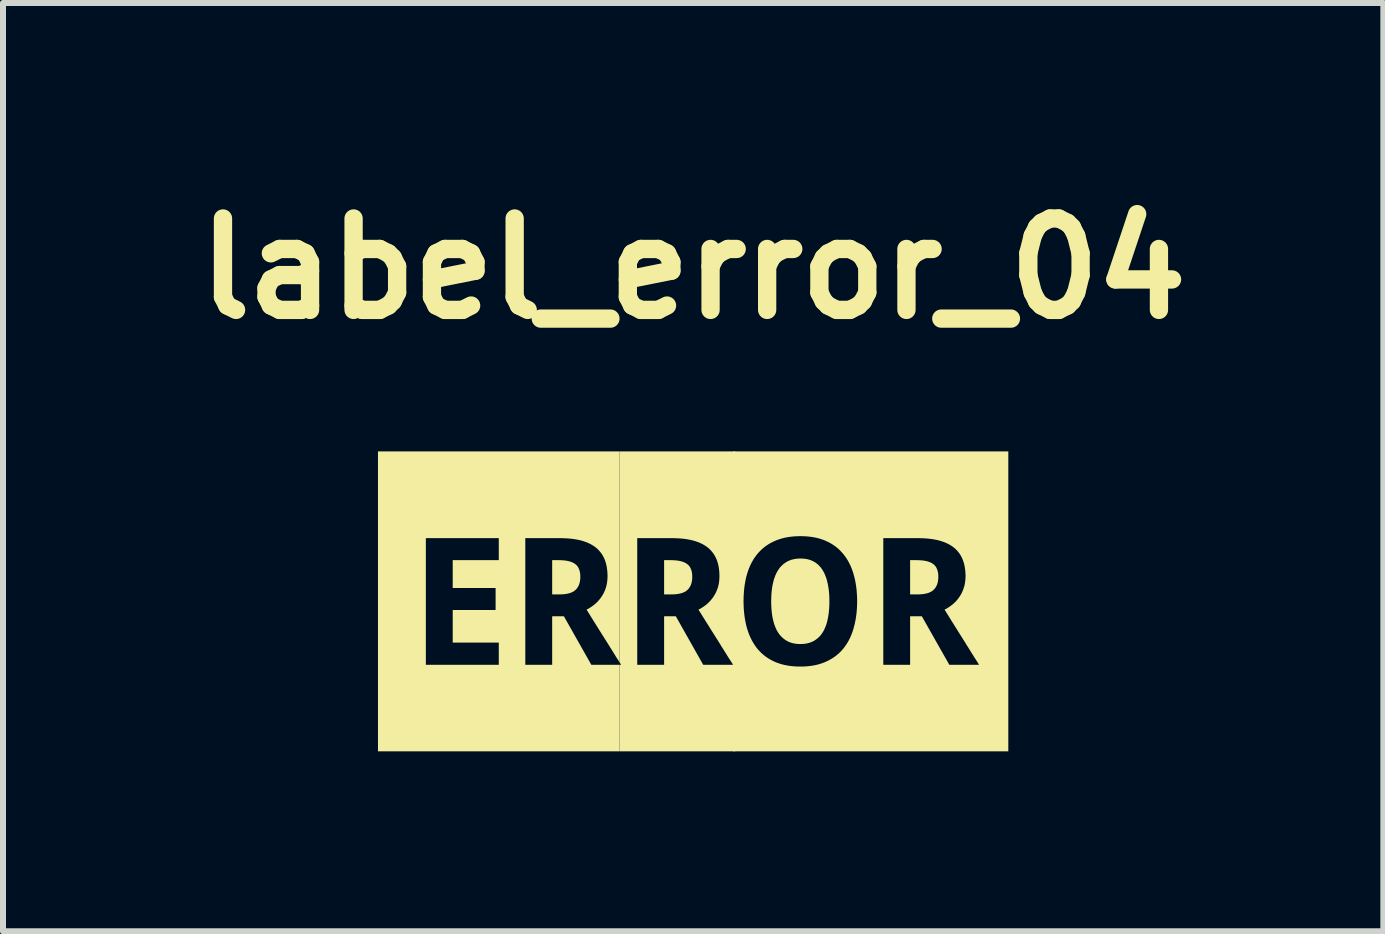
<source format=kicad_pcb>
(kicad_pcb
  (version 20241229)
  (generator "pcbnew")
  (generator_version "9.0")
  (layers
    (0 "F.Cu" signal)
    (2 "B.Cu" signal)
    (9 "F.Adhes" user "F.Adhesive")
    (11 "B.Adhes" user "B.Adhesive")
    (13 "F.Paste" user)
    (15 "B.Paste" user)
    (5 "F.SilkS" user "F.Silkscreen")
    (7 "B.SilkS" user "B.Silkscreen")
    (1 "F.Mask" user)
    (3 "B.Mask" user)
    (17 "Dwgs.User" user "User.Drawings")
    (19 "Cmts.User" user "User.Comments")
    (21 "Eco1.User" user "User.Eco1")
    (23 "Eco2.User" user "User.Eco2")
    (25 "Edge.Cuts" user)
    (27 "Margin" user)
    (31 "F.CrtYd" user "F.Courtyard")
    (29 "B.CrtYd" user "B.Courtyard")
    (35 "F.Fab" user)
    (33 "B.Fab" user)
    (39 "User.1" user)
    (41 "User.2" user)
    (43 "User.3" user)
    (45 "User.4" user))
  (footprint "label_error_04"
    (layer "F.Cu")
    (at 8.505 6.975)
    (property "Reference" "label_error_04" (at 0 -5.548 0) (layer "F.SilkS") (effects (font (size 1.524 1.524) (thickness 0.305))))
    (attr smd)
    (fp_poly (pts (xy -2.35 -0.687) (xy -2.35 -0.116) (xy -2.229 -0.116) (xy -2.211 -0.116) (xy -2.194 -0.117) (xy -2.178 -0.118) (xy -2.162 -0.119) (xy -2.146 -0.12) (xy -2.131 -0.122) (xy -2.116 -0.124) (xy -2.102 -0.127) (xy -2.088 -0.13) (xy -2.075 -0.133) (xy -2.063 -0.136) (xy -2.05 -0.14) (xy -2.038 -0.144) (xy -2.027 -0.149) (xy -2.016 -0.154) (xy -2.006 -0.159) (xy -1.996 -0.164) (xy -1.987 -0.17) (xy -1.978 -0.177) (xy -1.969 -0.183) (xy -1.962 -0.19) (xy -1.953 -0.198) (xy -1.945 -0.207) (xy -1.937 -0.217) (xy -1.93 -0.227) (xy -1.923 -0.237) (xy -1.917 -0.248) (xy -1.911 -0.259) (xy -1.906 -0.27) (xy -1.901 -0.282) (xy -1.897 -0.295) (xy -1.893 -0.307) (xy -1.89 -0.321) (xy -1.887 -0.334) (xy -1.885 -0.349) (xy -1.883 -0.363) (xy -1.882 -0.378) (xy -1.881 -0.393) (xy -1.881 -0.409) (xy -1.881 -0.426) (xy -1.882 -0.442) (xy -1.883 -0.457) (xy -1.885 -0.472) (xy -1.888 -0.486) (xy -1.891 -0.5) (xy -1.894 -0.513) (xy -1.898 -0.526) (xy -1.903 -0.538) (xy -1.908 -0.549) (xy -1.913 -0.561) (xy -1.919 -0.571) (xy -1.926 -0.581) (xy -1.933 -0.591) (xy -1.941 -0.6) (xy -1.949 -0.608) (xy -1.958 -0.616) (xy -1.968 -0.623) (xy -1.976 -0.629) (xy -1.985 -0.635) (xy -1.994 -0.64) (xy -2.004 -0.645) (xy -2.014 -0.65) (xy -2.025 -0.654) (xy -2.036 -0.658) (xy -2.047 -0.662) (xy -2.059 -0.666) (xy -2.072 -0.669) (xy -2.084 -0.672) (xy -2.098 -0.675) (xy -2.111 -0.677) (xy -2.125 -0.68) (xy -2.14 -0.681) (xy -2.155 -0.683) (xy -2.17 -0.684) (xy -2.186 -0.685) (xy -2.202 -0.686) (xy -2.219 -0.686) (xy -2.236 -0.687) (xy -2.35 -0.687)) (stroke (width 0) (type solid)) (fill yes) (layer "F.SilkS"))
    (fp_poly (pts (xy -0.484 -0.687) (xy -0.484 -0.116) (xy -0.363 -0.116) (xy -0.345 -0.116) (xy -0.328 -0.117) (xy -0.312 -0.118) (xy -0.296 -0.119) (xy -0.28 -0.12) (xy -0.265 -0.122) (xy -0.25 -0.124) (xy -0.236 -0.127) (xy -0.223 -0.13) (xy -0.209 -0.133) (xy -0.197 -0.136) (xy -0.184 -0.14) (xy -0.173 -0.144) (xy -0.161 -0.149) (xy -0.15 -0.154) (xy -0.14 -0.159) (xy -0.13 -0.164) (xy -0.121 -0.17) (xy -0.112 -0.177) (xy -0.104 -0.183) (xy -0.096 -0.19) (xy -0.087 -0.198) (xy -0.079 -0.207) (xy -0.071 -0.217) (xy -0.064 -0.227) (xy -0.057 -0.237) (xy -0.051 -0.248) (xy -0.045 -0.259) (xy -0.04 -0.27) (xy -0.035 -0.282) (xy -0.031 -0.295) (xy -0.027 -0.307) (xy -0.024 -0.321) (xy -0.021 -0.334) (xy -0.019 -0.349) (xy -0.017 -0.363) (xy -0.016 -0.378) (xy -0.015 -0.393) (xy -0.015 -0.409) (xy -0.015 -0.426) (xy -0.016 -0.442) (xy -0.017 -0.457) (xy -0.019 -0.472) (xy -0.021 -0.486) (xy -0.024 -0.5) (xy -0.028 -0.513) (xy -0.032 -0.526) (xy -0.036 -0.538) (xy -0.042 -0.549) (xy -0.047 -0.561) (xy -0.053 -0.571) (xy -0.06 -0.581) (xy -0.067 -0.591) (xy -0.075 -0.6) (xy -0.083 -0.608) (xy -0.092 -0.616) (xy -0.102 -0.623) (xy -0.11 -0.629) (xy -0.119 -0.635) (xy -0.128 -0.64) (xy -0.138 -0.645) (xy -0.148 -0.65) (xy -0.159 -0.654) (xy -0.17 -0.658) (xy -0.181 -0.662) (xy -0.193 -0.666) (xy -0.206 -0.669) (xy -0.219 -0.672) (xy -0.232 -0.675) (xy -0.245 -0.677) (xy -0.259 -0.68) (xy -0.274 -0.681) (xy -0.289 -0.683) (xy -0.304 -0.684) (xy -0.32 -0.685) (xy -0.336 -0.686) (xy -0.353 -0.686) (xy -0.37 -0.687) (xy -0.484 -0.687)) (stroke (width 0) (type solid)) (fill yes) (layer "F.SilkS"))
    (fp_poly (pts (xy 3.617 -0.687) (xy 3.617 -0.116) (xy 3.739 -0.116) (xy 3.756 -0.116) (xy 3.773 -0.117) (xy 3.79 -0.118) (xy 3.806 -0.119) (xy 3.821 -0.12) (xy 3.837 -0.122) (xy 3.851 -0.124) (xy 3.865 -0.127) (xy 3.879 -0.13) (xy 3.892 -0.133) (xy 3.905 -0.136) (xy 3.917 -0.14) (xy 3.929 -0.144) (xy 3.94 -0.149) (xy 3.951 -0.154) (xy 3.961 -0.159) (xy 3.971 -0.164) (xy 3.981 -0.17) (xy 3.99 -0.177) (xy 3.998 -0.183) (xy 4.006 -0.19) (xy 4.015 -0.198) (xy 4.023 -0.207) (xy 4.031 -0.217) (xy 4.038 -0.227) (xy 4.045 -0.237) (xy 4.051 -0.248) (xy 4.057 -0.259) (xy 4.062 -0.27) (xy 4.067 -0.282) (xy 4.071 -0.295) (xy 4.075 -0.307) (xy 4.078 -0.321) (xy 4.081 -0.334) (xy 4.083 -0.349) (xy 4.085 -0.363) (xy 4.086 -0.378) (xy 4.087 -0.393) (xy 4.087 -0.409) (xy 4.087 -0.426) (xy 4.086 -0.442) (xy 4.085 -0.457) (xy 4.083 -0.472) (xy 4.08 -0.486) (xy 4.077 -0.5) (xy 4.074 -0.513) (xy 4.07 -0.526) (xy 4.065 -0.538) (xy 4.06 -0.549) (xy 4.055 -0.561) (xy 4.049 -0.571) (xy 4.042 -0.581) (xy 4.035 -0.591) (xy 4.027 -0.6) (xy 4.019 -0.608) (xy 4.01 -0.616) (xy 4 -0.623) (xy 3.992 -0.629) (xy 3.983 -0.635) (xy 3.974 -0.64) (xy 3.964 -0.645) (xy 3.954 -0.65) (xy 3.943 -0.654) (xy 3.932 -0.658) (xy 3.92 -0.662) (xy 3.909 -0.666) (xy 3.896 -0.669) (xy 3.883 -0.672) (xy 3.87 -0.675) (xy 3.856 -0.677) (xy 3.842 -0.68) (xy 3.828 -0.681) (xy 3.813 -0.683) (xy 3.797 -0.684) (xy 3.782 -0.685) (xy 3.765 -0.686) (xy 3.749 -0.686) (xy 3.731 -0.687) (xy 3.617 -0.687)) (stroke (width 0) (type solid)) (fill yes) (layer "F.SilkS"))
    (fp_poly (pts (xy -0.932 -1.054) (xy -1.23 -2.5) (xy -1.23 1.01) (xy -1.225 1.017) (xy -1.201 1.058) (xy -1.23 1.058) (xy -1.23 2.5) (xy 0.7 2.5) (xy 0.7 -2.5) (xy -1.23 -2.5) (xy -0.932 -1.054) (xy -0.354 -1.054) (xy -0.337 -1.054) (xy -0.319 -1.053) (xy -0.302 -1.053) (xy -0.285 -1.052) (xy -0.268 -1.052) (xy -0.252 -1.051) (xy -0.236 -1.05) (xy -0.219 -1.049) (xy -0.203 -1.048) (xy -0.188 -1.046) (xy -0.172 -1.045) (xy -0.157 -1.043) (xy -0.142 -1.041) (xy -0.127 -1.039) (xy -0.112 -1.037) (xy -0.098 -1.035) (xy -0.083 -1.032) (xy -0.069 -1.029) (xy -0.055 -1.027) (xy -0.041 -1.024) (xy -0.028 -1.021) (xy -0.015 -1.018) (xy -0.001 -1.014) (xy 0.011 -1.011) (xy 0.024 -1.007) (xy 0.037 -1.003) (xy 0.049 -0.999) (xy 0.061 -0.995) (xy 0.073 -0.991) (xy 0.085 -0.987) (xy 0.096 -0.982) (xy 0.108 -0.977) (xy 0.119 -0.972) (xy 0.13 -0.967) (xy 0.14 -0.962) (xy 0.151 -0.957) (xy 0.161 -0.952) (xy 0.171 -0.946) (xy 0.181 -0.94) (xy 0.191 -0.934) (xy 0.2 -0.928) (xy 0.21 -0.922) (xy 0.219 -0.916) (xy 0.228 -0.909) (xy 0.237 -0.903) (xy 0.245 -0.896) (xy 0.255 -0.888) (xy 0.264 -0.88) (xy 0.274 -0.871) (xy 0.283 -0.862) (xy 0.291 -0.853) (xy 0.3 -0.844) (xy 0.308 -0.835) (xy 0.316 -0.825) (xy 0.324 -0.815) (xy 0.332 -0.805) (xy 0.339 -0.795) (xy 0.346 -0.785) (xy 0.353 -0.774) (xy 0.359 -0.763) (xy 0.365 -0.752) (xy 0.371 -0.741) (xy 0.377 -0.729) (xy 0.382 -0.717) (xy 0.388 -0.705) (xy 0.393 -0.693) (xy 0.397 -0.681) (xy 0.402 -0.668) (xy 0.406 -0.655) (xy 0.41 -0.642) (xy 0.414 -0.629) (xy 0.417 -0.616) (xy 0.42 -0.602) (xy 0.423 -0.588) (xy 0.426 -0.574) (xy 0.428 -0.559) (xy 0.43 -0.545) (xy 0.432 -0.53) (xy 0.434 -0.515) (xy 0.435 -0.5) (xy 0.436 -0.485) (xy 0.437 -0.469) (xy 0.438 -0.453) (xy 0.438 -0.437) (xy 0.438 -0.421) (xy 0.438 -0.407) (xy 0.438 -0.392) (xy 0.437 -0.378) (xy 0.436 -0.365) (xy 0.435 -0.351) (xy 0.434 -0.337) (xy 0.432 -0.324) (xy 0.43 -0.311) (xy 0.428 -0.298) (xy 0.426 -0.286) (xy 0.423 -0.273) (xy 0.42 -0.261) (xy 0.417 -0.248) (xy 0.414 -0.236) (xy 0.41 -0.225) (xy 0.405 -0.211) (xy 0.4 -0.198) (xy 0.395 -0.185) (xy 0.39 -0.172) (xy 0.385 -0.16) (xy 0.379 -0.147) (xy 0.373 -0.135) (xy 0.366 -0.123) (xy 0.36 -0.111) (xy 0.353 -0.1) (xy 0.346 -0.089) (xy 0.339 -0.078) (xy 0.332 -0.067) (xy 0.324 -0.056) (xy 0.315 -0.045) (xy 0.307 -0.034) (xy 0.298 -0.024) (xy 0.289 -0.013) (xy 0.28 -0.003) (xy 0.271 0.007) (xy 0.261 0.016) (xy 0.251 0.026) (xy 0.241 0.035) (xy 0.231 0.044) (xy 0.221 0.053) (xy 0.21 0.061) (xy 0.2 0.069) (xy 0.189 0.077) (xy 0.178 0.085) (xy 0.168 0.092) (xy 0.157 0.099) (xy 0.146 0.106) (xy 0.135 0.113) (xy 0.123 0.12) (xy 0.112 0.126) (xy 0.101 0.132) (xy 0.089 0.138) (xy 0.097 0.151) (xy 0.105 0.164) (xy 0.113 0.177) (xy 0.122 0.19) (xy 0.13 0.203) (xy 0.138 0.216) (xy 0.146 0.229) (xy 0.153 0.241) (xy 0.161 0.254) (xy 0.169 0.266) (xy 0.177 0.279) (xy 0.185 0.291) (xy 0.192 0.303) (xy 0.2 0.316) (xy 0.208 0.328) (xy 0.215 0.34) (xy 0.223 0.352) (xy 0.23 0.364) (xy 0.237 0.375) (xy 0.245 0.387) (xy 0.252 0.399) (xy 0.26 0.411) (xy 0.267 0.422) (xy 0.274 0.434) (xy 0.281 0.445) (xy 0.288 0.456) (xy 0.295 0.468) (xy 0.302 0.479) (xy 0.309 0.49) (xy 0.316 0.501) (xy 0.323 0.512) (xy 0.33 0.523) (xy 0.337 0.534) (xy 0.344 0.544) (xy 0.35 0.555) (xy 0.357 0.566) (xy 0.364 0.576) (xy 0.37 0.587) (xy 0.377 0.597) (xy 0.384 0.609) (xy 0.391 0.62) (xy 0.399 0.632) (xy 0.406 0.643) (xy 0.413 0.654) (xy 0.42 0.666) (xy 0.427 0.677) (xy 0.434 0.688) (xy 0.441 0.699) (xy 0.448 0.711) (xy 0.455 0.722) (xy 0.462 0.733) (xy 0.468 0.744) (xy 0.475 0.755) (xy 0.482 0.766) (xy 0.49 0.778) (xy 0.498 0.791) (xy 0.505 0.803) (xy 0.513 0.815) (xy 0.52 0.827) (xy 0.528 0.838) (xy 0.535 0.85) (xy 0.542 0.861) (xy 0.549 0.872) (xy 0.555 0.883) (xy 0.562 0.893) (xy 0.568 0.904) (xy 0.575 0.914) (xy 0.583 0.928) (xy 0.592 0.941) (xy 0.6 0.954) (xy 0.608 0.966) (xy 0.615 0.978) (xy 0.622 0.988) (xy 0.629 0.999) (xy 0.635 1.008) (xy 0.641 1.017) (xy 0.666 1.058) (xy 0.168 1.058) (xy -0.289 0.248) (xy -0.484 0.248) (xy -0.484 1.058) (xy -0.932 1.058) (xy -0.932 -1.054)) (stroke (width 0) (type solid)) (fill yes) (layer "F.SilkS"))
    (fp_poly (pts (xy -4.456 -1.054) (xy -5.254 -2.5) (xy -5.254 2.5) (xy -1.23 2.5) (xy -1.23 1.058) (xy -1.697 1.058) (xy -2.155 0.248) (xy -2.35 0.248) (xy -2.35 1.058) (xy -2.798 1.058) (xy -2.798 -1.054) (xy -2.22 -1.054) (xy -2.202 -1.054) (xy -2.185 -1.053) (xy -2.168 -1.053) (xy -2.151 -1.052) (xy -2.134 -1.052) (xy -2.118 -1.051) (xy -2.101 -1.05) (xy -2.085 -1.049) (xy -2.069 -1.048) (xy -2.054 -1.046) (xy -2.038 -1.045) (xy -2.023 -1.043) (xy -2.008 -1.041) (xy -1.993 -1.039) (xy -1.978 -1.037) (xy -1.963 -1.035) (xy -1.949 -1.032) (xy -1.935 -1.029) (xy -1.921 -1.027) (xy -1.907 -1.024) (xy -1.894 -1.021) (xy -1.88 -1.018) (xy -1.867 -1.014) (xy -1.854 -1.011) (xy -1.842 -1.007) (xy -1.829 -1.003) (xy -1.817 -0.999) (xy -1.805 -0.995) (xy -1.793 -0.991) (xy -1.781 -0.987) (xy -1.77 -0.982) (xy -1.758 -0.977) (xy -1.747 -0.972) (xy -1.736 -0.967) (xy -1.726 -0.962) (xy -1.715 -0.957) (xy -1.705 -0.952) (xy -1.695 -0.946) (xy -1.685 -0.94) (xy -1.675 -0.934) (xy -1.665 -0.928) (xy -1.656 -0.922) (xy -1.647 -0.916) (xy -1.638 -0.909) (xy -1.629 -0.903) (xy -1.621 -0.896) (xy -1.611 -0.888) (xy -1.602 -0.88) (xy -1.592 -0.871) (xy -1.583 -0.862) (xy -1.574 -0.853) (xy -1.566 -0.844) (xy -1.558 -0.835) (xy -1.55 -0.825) (xy -1.542 -0.815) (xy -1.534 -0.805) (xy -1.527 -0.795) (xy -1.52 -0.785) (xy -1.513 -0.774) (xy -1.507 -0.763) (xy -1.501 -0.752) (xy -1.495 -0.741) (xy -1.489 -0.729) (xy -1.483 -0.717) (xy -1.478 -0.705) (xy -1.473 -0.693) (xy -1.469 -0.681) (xy -1.464 -0.668) (xy -1.46 -0.655) (xy -1.456 -0.642) (xy -1.452 -0.629) (xy -1.449 -0.616) (xy -1.446 -0.602) (xy -1.443 -0.588) (xy -1.44 -0.574) (xy -1.438 -0.559) (xy -1.436 -0.545) (xy -1.434 -0.53) (xy -1.432 -0.515) (xy -1.431 -0.5) (xy -1.429 -0.485) (xy -1.429 -0.469) (xy -1.428 -0.453) (xy -1.427 -0.437) (xy -1.427 -0.421) (xy -1.427 -0.407) (xy -1.428 -0.392) (xy -1.429 -0.378) (xy -1.429 -0.365) (xy -1.431 -0.351) (xy -1.432 -0.337) (xy -1.434 -0.324) (xy -1.435 -0.311) (xy -1.438 -0.298) (xy -1.44 -0.286) (xy -1.443 -0.273) (xy -1.446 -0.261) (xy -1.449 -0.248) (xy -1.452 -0.236) (xy -1.456 -0.225) (xy -1.461 -0.211) (xy -1.465 -0.198) (xy -1.47 -0.185) (xy -1.476 -0.172) (xy -1.481 -0.16) (xy -1.487 -0.147) (xy -1.493 -0.135) (xy -1.499 -0.123) (xy -1.506 -0.111) (xy -1.513 -0.1) (xy -1.52 -0.089) (xy -1.527 -0.078) (xy -1.534 -0.067) (xy -1.542 -0.056) (xy -1.551 -0.045) (xy -1.559 -0.034) (xy -1.568 -0.024) (xy -1.577 -0.013) (xy -1.586 -0.003) (xy -1.595 0.007) (xy -1.605 0.016) (xy -1.615 0.026) (xy -1.625 0.035) (xy -1.635 0.044) (xy -1.646 0.053) (xy -1.656 0.061) (xy -1.667 0.069) (xy -1.677 0.077) (xy -1.688 0.085) (xy -1.699 0.092) (xy -1.709 0.099) (xy -1.72 0.106) (xy -1.731 0.113) (xy -1.743 0.12) (xy -1.754 0.126) (xy -1.765 0.132) (xy -1.777 0.138) (xy -1.769 0.151) (xy -1.76 0.164) (xy -1.752 0.177) (xy -1.744 0.19) (xy -1.736 0.203) (xy -1.728 0.216) (xy -1.72 0.229) (xy -1.712 0.241) (xy -1.705 0.254) (xy -1.697 0.266) (xy -1.689 0.279) (xy -1.681 0.291) (xy -1.674 0.303) (xy -1.666 0.316) (xy -1.659 0.328) (xy -1.651 0.34) (xy -1.643 0.352) (xy -1.636 0.364) (xy -1.629 0.375) (xy -1.621 0.387) (xy -1.614 0.399) (xy -1.607 0.411) (xy -1.599 0.422) (xy -1.592 0.434) (xy -1.585 0.445) (xy -1.578 0.456) (xy -1.571 0.468) (xy -1.564 0.479) (xy -1.557 0.49) (xy -1.55 0.501) (xy -1.543 0.512) (xy -1.536 0.523) (xy -1.53 0.534) (xy -1.523 0.544) (xy -1.516 0.555) (xy -1.509 0.566) (xy -1.503 0.576) (xy -1.496 0.587) (xy -1.49 0.597) (xy -1.482 0.609) (xy -1.475 0.62) (xy -1.468 0.632) (xy -1.461 0.643) (xy -1.453 0.654) (xy -1.446 0.666) (xy -1.439 0.677) (xy -1.432 0.688) (xy -1.425 0.699) (xy -1.418 0.711) (xy -1.411 0.722) (xy -1.404 0.733) (xy -1.397 0.744) (xy -1.391 0.755) (xy -1.384 0.766) (xy -1.376 0.778) (xy -1.368 0.791) (xy -1.36 0.803) (xy -1.353 0.815) (xy -1.346 0.827) (xy -1.338 0.838) (xy -1.331 0.85) (xy -1.324 0.861) (xy -1.318 0.872) (xy -1.311 0.883) (xy -1.304 0.893) (xy -1.298 0.904) (xy -1.292 0.914) (xy -1.284 0.927) (xy -1.276 0.939) (xy -1.268 0.951) (xy -1.261 0.962) (xy -1.254 0.972) (xy -1.248 0.982) (xy -1.242 0.992) (xy -1.236 1.001) (xy -1.23 1.01) (xy -1.23 -2.5) (xy -5.254 -2.5) (xy -4.456 -1.054) (xy -3.24 -1.054) (xy -3.24 -0.687) (xy -4.008 -0.687) (xy -4.008 -0.223) (xy -3.293 -0.223) (xy -3.293 0.144) (xy -4.008 0.144) (xy -4.008 0.688) (xy -3.24 0.688) (xy -3.24 1.058) (xy -4.456 1.058) (xy -4.456 -1.054)) (stroke (width 0) (type solid)) (fill yes) (layer "F.SilkS"))
    (fp_poly (pts (xy 1.789 -0.714) (xy 1.774 -0.714) (xy 1.76 -0.713) (xy 1.746 -0.713) (xy 1.732 -0.711) (xy 1.718 -0.71) (xy 1.705 -0.708) (xy 1.691 -0.706) (xy 1.678 -0.703) (xy 1.665 -0.7) (xy 1.653 -0.697) (xy 1.641 -0.694) (xy 1.628 -0.69) (xy 1.617 -0.685) (xy 1.605 -0.681) (xy 1.593 -0.676) (xy 1.582 -0.671) (xy 1.571 -0.665) (xy 1.56 -0.659) (xy 1.549 -0.652) (xy 1.538 -0.645) (xy 1.527 -0.638) (xy 1.517 -0.63) (xy 1.506 -0.622) (xy 1.496 -0.614) (xy 1.487 -0.605) (xy 1.477 -0.596) (xy 1.468 -0.587) (xy 1.459 -0.577) (xy 1.45 -0.567) (xy 1.442 -0.557) (xy 1.434 -0.546) (xy 1.426 -0.535) (xy 1.418 -0.523) (xy 1.412 -0.513) (xy 1.405 -0.502) (xy 1.399 -0.491) (xy 1.393 -0.48) (xy 1.387 -0.469) (xy 1.382 -0.457) (xy 1.377 -0.446) (xy 1.371 -0.433) (xy 1.366 -0.421) (xy 1.362 -0.408) (xy 1.357 -0.396) (xy 1.352 -0.382) (xy 1.348 -0.369) (xy 1.344 -0.355) (xy 1.34 -0.342) (xy 1.337 -0.327) (xy 1.333 -0.313) (xy 1.33 -0.298) (xy 1.327 -0.286) (xy 1.325 -0.274) (xy 1.322 -0.262) (xy 1.32 -0.25) (xy 1.318 -0.237) (xy 1.316 -0.224) (xy 1.314 -0.211) (xy 1.313 -0.198) (xy 1.311 -0.185) (xy 1.31 -0.172) (xy 1.308 -0.158) (xy 1.307 -0.145) (xy 1.306 -0.131) (xy 1.305 -0.117) (xy 1.304 -0.103) (xy 1.303 -0.089) (xy 1.303 -0.075) (xy 1.302 -0.06) (xy 1.302 -0.045) (xy 1.301 -0.031) (xy 1.301 -0.016) (xy 1.301 -0.001) (xy 1.301 0.014) (xy 1.301 0.029) (xy 1.302 0.044) (xy 1.302 0.058) (xy 1.303 0.073) (xy 1.303 0.087) (xy 1.304 0.101) (xy 1.305 0.116) (xy 1.306 0.129) (xy 1.307 0.143) (xy 1.308 0.157) (xy 1.31 0.17) (xy 1.311 0.184) (xy 1.313 0.197) (xy 1.314 0.21) (xy 1.316 0.223) (xy 1.318 0.236) (xy 1.32 0.249) (xy 1.322 0.261) (xy 1.325 0.274) (xy 1.327 0.286) (xy 1.33 0.298) (xy 1.333 0.312) (xy 1.337 0.327) (xy 1.34 0.341) (xy 1.344 0.354) (xy 1.348 0.368) (xy 1.352 0.381) (xy 1.357 0.394) (xy 1.362 0.407) (xy 1.366 0.42) (xy 1.371 0.432) (xy 1.377 0.444) (xy 1.382 0.456) (xy 1.387 0.468) (xy 1.393 0.479) (xy 1.399 0.49) (xy 1.405 0.501) (xy 1.412 0.512) (xy 1.418 0.522) (xy 1.426 0.534) (xy 1.435 0.546) (xy 1.443 0.557) (xy 1.452 0.568) (xy 1.462 0.578) (xy 1.471 0.588) (xy 1.481 0.598) (xy 1.491 0.607) (xy 1.502 0.616) (xy 1.512 0.625) (xy 1.523 0.633) (xy 1.534 0.641) (xy 1.546 0.648) (xy 1.558 0.656) (xy 1.57 0.662) (xy 1.58 0.668) (xy 1.591 0.673) (xy 1.603 0.678) (xy 1.614 0.683) (xy 1.626 0.687) (xy 1.638 0.691) (xy 1.65 0.694) (xy 1.663 0.698) (xy 1.676 0.7) (xy 1.689 0.703) (xy 1.702 0.705) (xy 1.715 0.707) (xy 1.729 0.709) (xy 1.743 0.71) (xy 1.757 0.711) (xy 1.772 0.711) (xy 1.786 0.711) (xy 1.801 0.711) (xy 1.816 0.711) (xy 1.83 0.71) (xy 1.845 0.709) (xy 1.859 0.707) (xy 1.872 0.705) (xy 1.886 0.703) (xy 1.899 0.7) (xy 1.912 0.698) (xy 1.924 0.694) (xy 1.937 0.691) (xy 1.949 0.687) (xy 1.961 0.683) (xy 1.972 0.678) (xy 1.984 0.673) (xy 1.995 0.668) (xy 2.006 0.662) (xy 2.018 0.656) (xy 2.03 0.648) (xy 2.041 0.641) (xy 2.052 0.633) (xy 2.063 0.625) (xy 2.074 0.616) (xy 2.084 0.607) (xy 2.094 0.598) (xy 2.104 0.588) (xy 2.114 0.578) (xy 2.123 0.568) (xy 2.132 0.557) (xy 2.14 0.546) (xy 2.148 0.534) (xy 2.156 0.522) (xy 2.163 0.512) (xy 2.169 0.501) (xy 2.175 0.49) (xy 2.181 0.479) (xy 2.187 0.468) (xy 2.192 0.456) (xy 2.197 0.444) (xy 2.202 0.432) (xy 2.207 0.42) (xy 2.212 0.407) (xy 2.217 0.394) (xy 2.221 0.381) (xy 2.225 0.368) (xy 2.229 0.354) (xy 2.233 0.341) (xy 2.236 0.327) (xy 2.239 0.312) (xy 2.243 0.298) (xy 2.245 0.286) (xy 2.248 0.274) (xy 2.25 0.261) (xy 2.252 0.249) (xy 2.254 0.236) (xy 2.256 0.223) (xy 2.258 0.21) (xy 2.26 0.197) (xy 2.261 0.184) (xy 2.263 0.17) (xy 2.264 0.157) (xy 2.265 0.143) (xy 2.267 0.129) (xy 2.268 0.116) (xy 2.268 0.101) (xy 2.269 0.087) (xy 2.27 0.073) (xy 2.27 0.058) (xy 2.271 0.044) (xy 2.271 0.029) (xy 2.271 0.014) (xy 2.271 -0.001) (xy 2.271 -0.016) (xy 2.271 -0.031) (xy 2.271 -0.045) (xy 2.27 -0.06) (xy 2.27 -0.075) (xy 2.269 -0.089) (xy 2.268 -0.103) (xy 2.268 -0.117) (xy 2.267 -0.131) (xy 2.265 -0.145) (xy 2.264 -0.158) (xy 2.263 -0.172) (xy 2.261 -0.185) (xy 2.26 -0.198) (xy 2.258 -0.211) (xy 2.256 -0.224) (xy 2.254 -0.237) (xy 2.252 -0.25) (xy 2.25 -0.262) (xy 2.248 -0.274) (xy 2.245 -0.286) (xy 2.243 -0.298) (xy 2.239 -0.313) (xy 2.236 -0.327) (xy 2.233 -0.342) (xy 2.229 -0.355) (xy 2.225 -0.369) (xy 2.221 -0.382) (xy 2.217 -0.396) (xy 2.212 -0.408) (xy 2.207 -0.421) (xy 2.202 -0.433) (xy 2.197 -0.446) (xy 2.192 -0.457) (xy 2.187 -0.469) (xy 2.181 -0.48) (xy 2.175 -0.491) (xy 2.169 -0.502) (xy 2.163 -0.513) (xy 2.156 -0.523) (xy 2.148 -0.536) (xy 2.14 -0.547) (xy 2.132 -0.559) (xy 2.123 -0.57) (xy 2.114 -0.58) (xy 2.105 -0.59) (xy 2.095 -0.6) (xy 2.085 -0.61) (xy 2.075 -0.619) (xy 2.064 -0.627) (xy 2.053 -0.636) (xy 2.042 -0.644) (xy 2.031 -0.651) (xy 2.019 -0.658) (xy 2.007 -0.665) (xy 1.996 -0.671) (xy 1.985 -0.676) (xy 1.974 -0.681) (xy 1.962 -0.685) (xy 1.951 -0.69) (xy 1.938 -0.694) (xy 1.926 -0.697) (xy 1.914 -0.7) (xy 1.901 -0.703) (xy 1.888 -0.706) (xy 1.874 -0.708) (xy 1.861 -0.71) (xy 1.847 -0.711) (xy 1.833 -0.713) (xy 1.818 -0.713) (xy 1.804 -0.714) (xy 1.789 -0.714)) (stroke (width 0) (type solid)) (fill yes) (layer "F.SilkS"))
    (fp_poly (pts (xy 3.17 -1.054) (xy 1.82 -1.086) (xy 1.835 -1.086) (xy 1.851 -1.085) (xy 1.866 -1.085) (xy 1.88 -1.084) (xy 1.895 -1.083) (xy 1.91 -1.082) (xy 1.924 -1.08) (xy 1.939 -1.079) (xy 1.953 -1.077) (xy 1.967 -1.075) (xy 1.981 -1.073) (xy 1.995 -1.071) (xy 2.009 -1.069) (xy 2.022 -1.066) (xy 2.036 -1.063) (xy 2.049 -1.061) (xy 2.062 -1.058) (xy 2.075 -1.054) (xy 2.088 -1.051) (xy 2.101 -1.048) (xy 2.113 -1.044) (xy 2.126 -1.04) (xy 2.138 -1.036) (xy 2.151 -1.032) (xy 2.163 -1.028) (xy 2.175 -1.023) (xy 2.186 -1.019) (xy 2.198 -1.014) (xy 2.21 -1.009) (xy 2.223 -1.003) (xy 2.236 -0.997) (xy 2.248 -0.991) (xy 2.261 -0.985) (xy 2.273 -0.978) (xy 2.285 -0.972) (xy 2.297 -0.965) (xy 2.309 -0.958) (xy 2.321 -0.95) (xy 2.333 -0.943) (xy 2.344 -0.935) (xy 2.355 -0.928) (xy 2.366 -0.92) (xy 2.377 -0.912) (xy 2.388 -0.903) (xy 2.398 -0.895) (xy 2.409 -0.886) (xy 2.419 -0.877) (xy 2.429 -0.868) (xy 2.439 -0.859) (xy 2.448 -0.849) (xy 2.458 -0.84) (xy 2.467 -0.83) (xy 2.476 -0.82) (xy 2.485 -0.81) (xy 2.494 -0.8) (xy 2.503 -0.789) (xy 2.511 -0.779) (xy 2.519 -0.769) (xy 2.527 -0.758) (xy 2.535 -0.747) (xy 2.543 -0.737) (xy 2.55 -0.726) (xy 2.557 -0.715) (xy 2.565 -0.703) (xy 2.572 -0.692) (xy 2.579 -0.681) (xy 2.585 -0.669) (xy 2.592 -0.657) (xy 2.598 -0.645) (xy 2.604 -0.633) (xy 2.611 -0.621) (xy 2.617 -0.608) (xy 2.622 -0.596) (xy 2.628 -0.583) (xy 2.633 -0.57) (xy 2.639 -0.557) (xy 2.644 -0.544) (xy 2.649 -0.531) (xy 2.654 -0.517) (xy 2.659 -0.503) (xy 2.663 -0.49) (xy 2.668 -0.476) (xy 2.672 -0.462) (xy 2.676 -0.447) (xy 2.679 -0.435) (xy 2.683 -0.423) (xy 2.686 -0.411) (xy 2.689 -0.398) (xy 2.692 -0.386) (xy 2.695 -0.373) (xy 2.698 -0.361) (xy 2.701 -0.348) (xy 2.703 -0.335) (xy 2.706 -0.322) (xy 2.708 -0.309) (xy 2.71 -0.296) (xy 2.712 -0.283) (xy 2.715 -0.27) (xy 2.717 -0.256) (xy 2.718 -0.243) (xy 2.72 -0.229) (xy 2.722 -0.216) (xy 2.723 -0.202) (xy 2.725 -0.188) (xy 2.726 -0.174) (xy 2.727 -0.16) (xy 2.728 -0.146) (xy 2.729 -0.132) (xy 2.73 -0.118) (xy 2.731 -0.103) (xy 2.732 -0.089) (xy 2.732 -0.075) (xy 2.733 -0.06) (xy 2.733 -0.045) (xy 2.734 -0.031) (xy 2.734 -0.016) (xy 2.734 -0.001) (xy 2.734 0.014) (xy 2.734 0.03) (xy 2.733 0.045) (xy 2.733 0.06) (xy 2.732 0.074) (xy 2.732 0.089) (xy 2.731 0.104) (xy 2.73 0.119) (xy 2.729 0.133) (xy 2.728 0.147) (xy 2.727 0.162) (xy 2.726 0.176) (xy 2.724 0.19) (xy 2.723 0.204) (xy 2.721 0.218) (xy 2.719 0.232) (xy 2.717 0.246) (xy 2.715 0.26) (xy 2.713 0.274) (xy 2.711 0.287) (xy 2.709 0.301) (xy 2.706 0.314) (xy 2.704 0.328) (xy 2.701 0.341) (xy 2.698 0.354) (xy 2.696 0.367) (xy 2.693 0.38) (xy 2.689 0.393) (xy 2.686 0.406) (xy 2.683 0.419) (xy 2.679 0.431) (xy 2.676 0.444) (xy 2.672 0.458) (xy 2.668 0.472) (xy 2.663 0.486) (xy 2.659 0.5) (xy 2.654 0.514) (xy 2.649 0.527) (xy 2.644 0.541) (xy 2.639 0.554) (xy 2.633 0.567) (xy 2.628 0.58) (xy 2.622 0.593) (xy 2.617 0.606) (xy 2.611 0.618) (xy 2.604 0.63) (xy 2.598 0.643) (xy 2.592 0.655) (xy 2.585 0.667) (xy 2.579 0.678) (xy 2.572 0.69) (xy 2.565 0.701) (xy 2.557 0.713) (xy 2.55 0.724) (xy 2.543 0.735) (xy 2.535 0.746) (xy 2.527 0.757) (xy 2.519 0.767) (xy 2.511 0.778) (xy 2.503 0.788) (xy 2.494 0.798) (xy 2.485 0.809) (xy 2.476 0.819) (xy 2.467 0.829) (xy 2.457 0.839) (xy 2.448 0.848) (xy 2.438 0.858) (xy 2.428 0.867) (xy 2.418 0.876) (xy 2.407 0.885) (xy 2.397 0.894) (xy 2.386 0.902) (xy 2.376 0.911) (xy 2.365 0.919) (xy 2.353 0.927) (xy 2.342 0.935) (xy 2.331 0.942) (xy 2.319 0.95) (xy 2.307 0.957) (xy 2.295 0.964) (xy 2.283 0.971) (xy 2.27 0.978) (xy 2.258 0.984) (xy 2.245 0.991) (xy 2.232 0.997) (xy 2.219 1.003) (xy 2.206 1.009) (xy 2.195 1.014) (xy 2.183 1.019) (xy 2.171 1.023) (xy 2.159 1.028) (xy 2.147 1.032) (xy 2.135 1.036) (xy 2.123 1.04) (xy 2.11 1.044) (xy 2.098 1.048) (xy 2.085 1.051) (xy 2.072 1.054) (xy 2.059 1.058) (xy 2.046 1.061) (xy 2.033 1.063) (xy 2.019 1.066) (xy 2.006 1.069) (xy 1.992 1.071) (xy 1.978 1.073) (xy 1.964 1.075) (xy 1.95 1.077) (xy 1.936 1.079) (xy 1.922 1.08) (xy 1.907 1.082) (xy 1.892 1.083) (xy 1.878 1.084) (xy 1.863 1.085) (xy 1.848 1.085) (xy 1.833 1.086) (xy 1.817 1.086) (xy 1.802 1.087) (xy 1.786 1.087) (xy 1.771 1.087) (xy 1.755 1.086) (xy 1.74 1.086) (xy 1.725 1.085) (xy 1.71 1.085) (xy 1.695 1.084) (xy 1.68 1.083) (xy 1.665 1.082) (xy 1.651 1.08) (xy 1.636 1.079) (xy 1.622 1.077) (xy 1.608 1.075) (xy 1.594 1.073) (xy 1.58 1.071) (xy 1.566 1.069) (xy 1.553 1.066) (xy 1.539 1.063) (xy 1.526 1.061) (xy 1.513 1.058) (xy 1.5 1.054) (xy 1.487 1.051) (xy 1.474 1.048) (xy 1.461 1.044) (xy 1.449 1.04) (xy 1.436 1.036) (xy 1.424 1.032) (xy 1.412 1.028) (xy 1.4 1.023) (xy 1.388 1.019) (xy 1.376 1.014) (xy 1.365 1.009) (xy 1.351 1.003) (xy 1.339 0.997) (xy 1.326 0.991) (xy 1.313 0.984) (xy 1.301 0.978) (xy 1.289 0.971) (xy 1.276 0.964) (xy 1.265 0.957) (xy 1.253 0.95) (xy 1.241 0.942) (xy 1.23 0.935) (xy 1.218 0.927) (xy 1.207 0.919) (xy 1.196 0.911) (xy 1.186 0.902) (xy 1.175 0.894) (xy 1.165 0.885) (xy 1.154 0.876) (xy 1.144 0.867) (xy 1.134 0.858) (xy 1.125 0.848) (xy 1.115 0.839) (xy 1.106 0.829) (xy 1.096 0.819) (xy 1.087 0.809) (xy 1.078 0.798) (xy 1.07 0.788) (xy 1.061 0.778) (xy 1.053 0.767) (xy 1.046 0.757) (xy 1.038 0.746) (xy 1.03 0.735) (xy 1.023 0.724) (xy 1.016 0.713) (xy 1.008 0.701) (xy 1.001 0.69) (xy 0.995 0.678) (xy 0.988 0.667) (xy 0.981 0.655) (xy 0.975 0.643) (xy 0.969 0.63) (xy 0.963 0.618) (xy 0.957 0.606) (xy 0.951 0.593) (xy 0.945 0.58) (xy 0.94 0.567) (xy 0.934 0.554) (xy 0.929 0.541) (xy 0.924 0.527) (xy 0.919 0.514) (xy 0.914 0.5) (xy 0.91 0.486) (xy 0.905 0.472) (xy 0.901 0.458) (xy 0.897 0.444) (xy 0.893 0.432) (xy 0.89 0.419) (xy 0.887 0.407) (xy 0.884 0.394) (xy 0.881 0.382) (xy 0.878 0.369) (xy 0.875 0.356) (xy 0.873 0.343) (xy 0.87 0.331) (xy 0.868 0.318) (xy 0.865 0.304) (xy 0.863 0.291) (xy 0.861 0.278) (xy 0.859 0.265) (xy 0.857 0.251) (xy 0.855 0.238) (xy 0.854 0.224) (xy 0.852 0.211) (xy 0.85 0.197) (xy 0.849 0.183) (xy 0.848 0.169) (xy 0.847 0.155) (xy 0.845 0.141) (xy 0.844 0.127) (xy 0.844 0.113) (xy 0.843 0.099) (xy 0.842 0.084) (xy 0.842 0.07) (xy 0.841 0.055) (xy 0.841 0.041) (xy 0.841 0.026) (xy 0.84 0.011) (xy 0.84 -0.004) (xy 0.84 -0.019) (xy 0.841 -0.034) (xy 0.841 -0.049) (xy 0.841 -0.064) (xy 0.842 -0.079) (xy 0.842 -0.094) (xy 0.843 -0.109) (xy 0.844 -0.123) (xy 0.845 -0.138) (xy 0.846 -0.153) (xy 0.847 -0.167) (xy 0.848 -0.181) (xy 0.85 -0.195) (xy 0.851 -0.21) (xy 0.853 -0.224) (xy 0.854 -0.238) (xy 0.856 -0.251) (xy 0.858 -0.265) (xy 0.86 -0.279) (xy 0.862 -0.292) (xy 0.865 -0.306) (xy 0.867 -0.319) (xy 0.869 -0.333) (xy 0.872 -0.346) (xy 0.875 -0.359) (xy 0.877 -0.372) (xy 0.88 -0.385) (xy 0.883 -0.398) (xy 0.886 -0.411) (xy 0.89 -0.423) (xy 0.893 -0.436) (xy 0.897 -0.448) (xy 0.901 -0.463) (xy 0.905 -0.477) (xy 0.91 -0.491) (xy 0.914 -0.505) (xy 0.919 -0.518) (xy 0.924 -0.532) (xy 0.929 -0.545) (xy 0.934 -0.558) (xy 0.94 -0.571) (xy 0.945 -0.584) (xy 0.951 -0.597) (xy 0.957 -0.61) (xy 0.963 -0.622) (xy 0.969 -0.634) (xy 0.975 -0.647) (xy 0.982 -0.659) (xy 0.989 -0.67) (xy 0.995 -0.682) (xy 1.002 -0.694) (xy 1.009 -0.705) (xy 1.016 -0.716) (xy 1.024 -0.727) (xy 1.031 -0.738) (xy 1.039 -0.749) (xy 1.047 -0.76) (xy 1.055 -0.77) (xy 1.063 -0.781) (xy 1.071 -0.791) (xy 1.08 -0.801) (xy 1.089 -0.811) (xy 1.098 -0.821) (xy 1.107 -0.831) (xy 1.117 -0.841) (xy 1.126 -0.85) (xy 1.136 -0.86) (xy 1.146 -0.869) (xy 1.156 -0.878) (xy 1.166 -0.887) (xy 1.177 -0.895) (xy 1.187 -0.904) (xy 1.198 -0.912) (xy 1.209 -0.92) (xy 1.22 -0.928) (xy 1.231 -0.936) (xy 1.243 -0.943) (xy 1.254 -0.951) (xy 1.266 -0.958) (xy 1.278 -0.965) (xy 1.29 -0.972) (xy 1.302 -0.978) (xy 1.315 -0.985) (xy 1.327 -0.991) (xy 1.34 -0.997) (xy 1.353 -1.003) (xy 1.366 -1.009) (xy 1.378 -1.014) (xy 1.39 -1.019) (xy 1.401 -1.023) (xy 1.413 -1.028) (xy 1.426 -1.032) (xy 1.438 -1.036) (xy 1.45 -1.04) (xy 1.463 -1.044) (xy 1.476 -1.048) (xy 1.488 -1.051) (xy 1.501 -1.054) (xy 1.514 -1.058) (xy 1.528 -1.061) (xy 1.541 -1.063) (xy 1.555 -1.066) (xy 1.568 -1.069) (xy 1.582 -1.071) (xy 1.596 -1.073) (xy 1.61 -1.075) (xy 1.624 -1.077) (xy 1.638 -1.079) (xy 1.653 -1.08) (xy 1.667 -1.082) (xy 1.682 -1.083) (xy 1.697 -1.084) (xy 1.712 -1.085) (xy 1.727 -1.085) (xy 1.742 -1.086) (xy 1.758 -1.086) (xy 1.773 -1.087) (xy 1.789 -1.087) (xy 1.805 -1.087) (xy 1.82 -1.086) (xy 3.17 -1.054) (xy 0.673 -2.5) (xy 0.673 2.5) (xy 5.254 2.5) (xy 5.254 -2.5) (xy 0.673 -2.5) (xy 3.17 -1.054) (xy 3.747 -1.054) (xy 3.765 -1.054) (xy 3.782 -1.053) (xy 3.799 -1.053) (xy 3.816 -1.052) (xy 3.833 -1.052) (xy 3.85 -1.051) (xy 3.866 -1.05) (xy 3.882 -1.049) (xy 3.898 -1.048) (xy 3.914 -1.046) (xy 3.929 -1.045) (xy 3.945 -1.043) (xy 3.96 -1.041) (xy 3.975 -1.039) (xy 3.99 -1.037) (xy 4.004 -1.035) (xy 4.019 -1.032) (xy 4.033 -1.029) (xy 4.047 -1.027) (xy 4.06 -1.024) (xy 4.074 -1.021) (xy 4.087 -1.018) (xy 4.1 -1.014) (xy 4.113 -1.011) (xy 4.126 -1.007) (xy 4.139 -1.003) (xy 4.151 -0.999) (xy 4.163 -0.995) (xy 4.175 -0.991) (xy 4.187 -0.987) (xy 4.198 -0.982) (xy 4.21 -0.977) (xy 4.221 -0.972) (xy 4.232 -0.967) (xy 4.242 -0.962) (xy 4.253 -0.957) (xy 4.263 -0.952) (xy 4.273 -0.946) (xy 4.283 -0.94) (xy 4.293 -0.934) (xy 4.303 -0.928) (xy 4.312 -0.922) (xy 4.321 -0.916) (xy 4.33 -0.909) (xy 4.339 -0.903) (xy 4.347 -0.896) (xy 4.357 -0.888) (xy 4.366 -0.88) (xy 4.376 -0.871) (xy 4.385 -0.862) (xy 4.394 -0.853) (xy 4.402 -0.844) (xy 4.41 -0.835) (xy 4.418 -0.825) (xy 4.426 -0.815) (xy 4.434 -0.805) (xy 4.441 -0.795) (xy 4.448 -0.785) (xy 4.455 -0.774) (xy 4.461 -0.763) (xy 4.467 -0.752) (xy 4.473 -0.741) (xy 4.479 -0.729) (xy 4.485 -0.717) (xy 4.49 -0.705) (xy 4.495 -0.693) (xy 4.499 -0.681) (xy 4.504 -0.668) (xy 4.508 -0.655) (xy 4.512 -0.642) (xy 4.516 -0.629) (xy 4.519 -0.616) (xy 4.522 -0.602) (xy 4.525 -0.588) (xy 4.528 -0.574) (xy 4.53 -0.559) (xy 4.532 -0.545) (xy 4.534 -0.53) (xy 4.536 -0.515) (xy 4.537 -0.5) (xy 4.539 -0.485) (xy 4.539 -0.469) (xy 4.54 -0.453) (xy 4.541 -0.437) (xy 4.541 -0.421) (xy 4.541 -0.407) (xy 4.54 -0.392) (xy 4.539 -0.378) (xy 4.539 -0.365) (xy 4.537 -0.351) (xy 4.536 -0.337) (xy 4.534 -0.324) (xy 4.532 -0.311) (xy 4.53 -0.298) (xy 4.528 -0.286) (xy 4.525 -0.273) (xy 4.522 -0.261) (xy 4.519 -0.248) (xy 4.515 -0.236) (xy 4.511 -0.225) (xy 4.507 -0.211) (xy 4.502 -0.198) (xy 4.497 -0.185) (xy 4.492 -0.172) (xy 4.486 -0.16) (xy 4.481 -0.147) (xy 4.475 -0.135) (xy 4.468 -0.123) (xy 4.462 -0.111) (xy 4.455 -0.1) (xy 4.448 -0.089) (xy 4.441 -0.078) (xy 4.434 -0.067) (xy 4.426 -0.056) (xy 4.417 -0.045) (xy 4.409 -0.034) (xy 4.4 -0.024) (xy 4.391 -0.013) (xy 4.382 -0.003) (xy 4.373 0.007) (xy 4.363 0.016) (xy 4.353 0.026) (xy 4.343 0.035) (xy 4.333 0.044) (xy 4.322 0.053) (xy 4.312 0.061) (xy 4.301 0.069) (xy 4.291 0.077) (xy 4.28 0.085) (xy 4.269 0.092) (xy 4.259 0.099) (xy 4.248 0.106) (xy 4.237 0.113) (xy 4.225 0.12) (xy 4.214 0.126) (xy 4.203 0.132) (xy 4.191 0.138) (xy 4.199 0.151) (xy 4.208 0.164) (xy 4.216 0.177) (xy 4.224 0.19) (xy 4.232 0.203) (xy 4.24 0.216) (xy 4.248 0.229) (xy 4.256 0.241) (xy 4.263 0.254) (xy 4.271 0.266) (xy 4.279 0.279) (xy 4.287 0.291) (xy 4.294 0.303) (xy 4.302 0.316) (xy 4.309 0.328) (xy 4.317 0.34) (xy 4.325 0.352) (xy 4.332 0.364) (xy 4.339 0.375) (xy 4.347 0.387) (xy 4.354 0.399) (xy 4.361 0.411) (xy 4.369 0.422) (xy 4.376 0.434) (xy 4.383 0.445) (xy 4.39 0.456) (xy 4.397 0.468) (xy 4.404 0.479) (xy 4.411 0.49) (xy 4.418 0.501) (xy 4.425 0.512) (xy 4.432 0.523) (xy 4.438 0.534) (xy 4.445 0.544) (xy 4.452 0.555) (xy 4.459 0.566) (xy 4.465 0.576) (xy 4.472 0.587) (xy 4.478 0.597) (xy 4.486 0.609) (xy 4.493 0.62) (xy 4.5 0.632) (xy 4.507 0.643) (xy 4.514 0.654) (xy 4.522 0.666) (xy 4.529 0.677) (xy 4.536 0.688) (xy 4.543 0.699) (xy 4.549 0.711) (xy 4.556 0.722) (xy 4.563 0.733) (xy 4.57 0.744) (xy 4.577 0.755) (xy 4.584 0.766) (xy 4.592 0.778) (xy 4.599 0.791) (xy 4.607 0.803) (xy 4.615 0.815) (xy 4.622 0.827) (xy 4.629 0.838) (xy 4.636 0.85) (xy 4.643 0.861) (xy 4.65 0.872) (xy 4.657 0.883) (xy 4.664 0.893) (xy 4.67 0.904) (xy 4.676 0.914) (xy 4.685 0.928) (xy 4.693 0.941) (xy 4.702 0.954) (xy 4.709 0.966) (xy 4.717 0.978) (xy 4.724 0.988) (xy 4.73 0.999) (xy 4.736 1.008) (xy 4.742 1.017) (xy 4.767 1.058) (xy 4.271 1.058) (xy 3.812 0.248) (xy 3.617 0.248) (xy 3.617 1.058) (xy 3.17 1.058) (xy 3.17 -1.054)) (stroke (width 0) (type solid)) (fill yes) (layer "F.SilkS")))
  (gr_rect
    (start -3 -3)
    (end 20.011 12.475)
    (stroke (width 0.1) (type default))
    (fill no)
    (layer "Edge.Cuts")))
</source>
